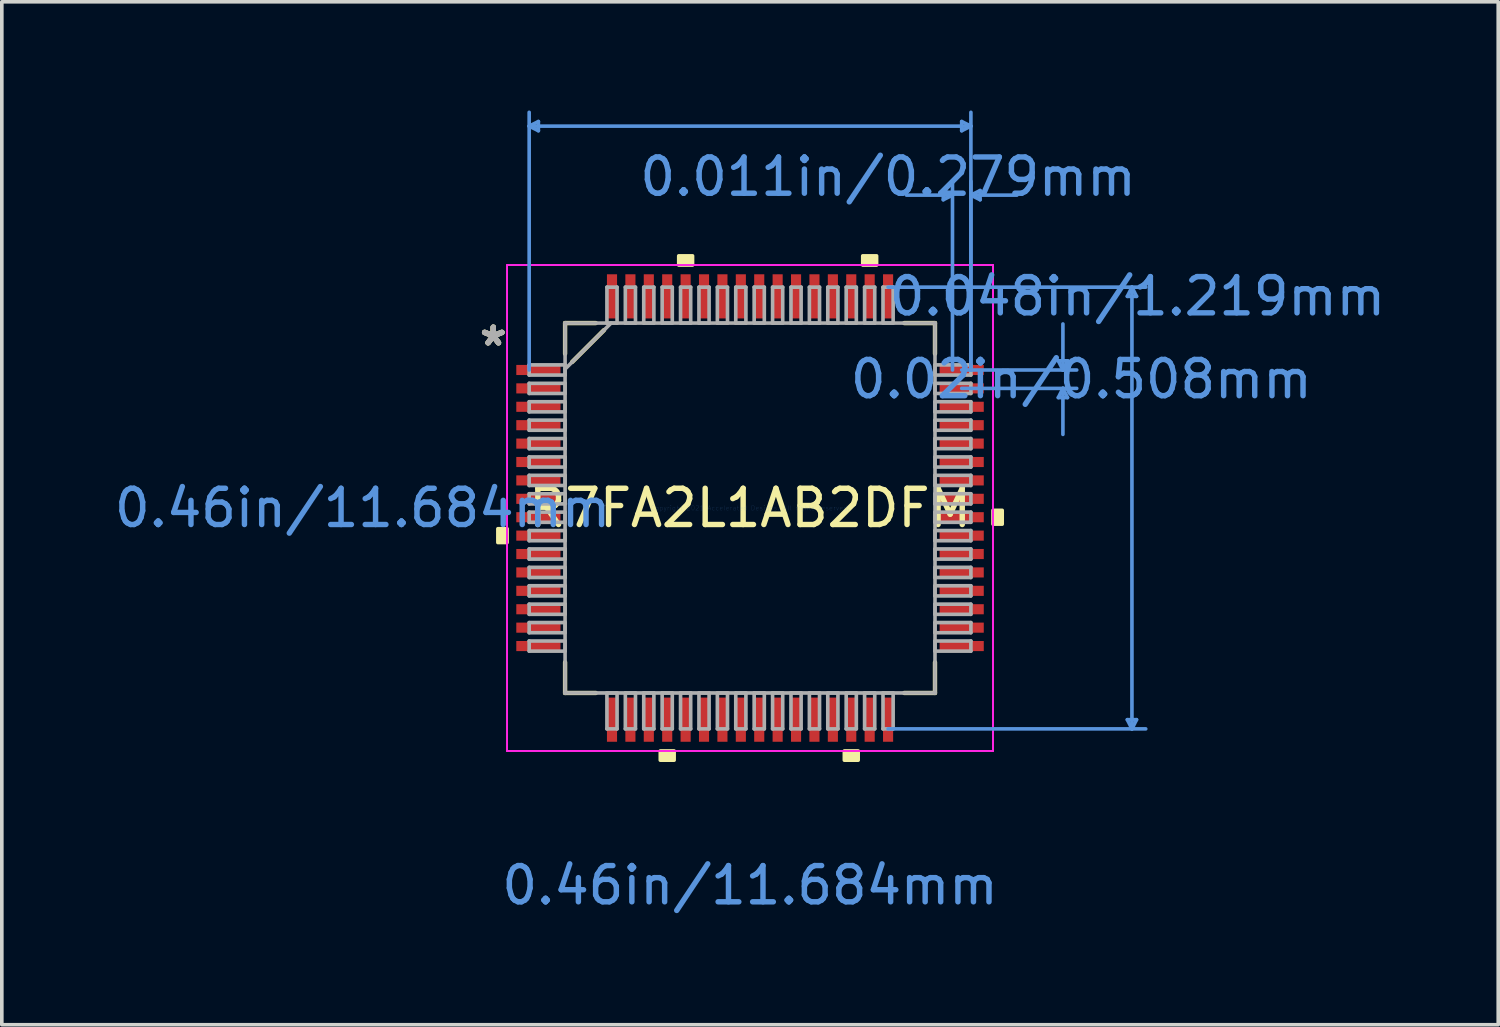
<source format=kicad_pcb>
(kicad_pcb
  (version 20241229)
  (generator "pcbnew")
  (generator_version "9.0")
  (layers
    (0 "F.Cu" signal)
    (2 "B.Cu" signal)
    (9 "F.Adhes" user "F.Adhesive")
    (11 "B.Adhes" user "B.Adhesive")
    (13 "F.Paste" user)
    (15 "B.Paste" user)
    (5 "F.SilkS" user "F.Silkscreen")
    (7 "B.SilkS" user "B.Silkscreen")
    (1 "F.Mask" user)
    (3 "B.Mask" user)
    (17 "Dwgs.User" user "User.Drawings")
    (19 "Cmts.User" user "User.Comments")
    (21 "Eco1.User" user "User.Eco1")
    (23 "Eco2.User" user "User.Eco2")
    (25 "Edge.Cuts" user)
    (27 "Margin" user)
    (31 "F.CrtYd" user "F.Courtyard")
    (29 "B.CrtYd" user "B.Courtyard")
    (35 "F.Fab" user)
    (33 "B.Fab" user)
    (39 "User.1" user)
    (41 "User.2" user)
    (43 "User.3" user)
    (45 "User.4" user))
  (footprint "R7FA2L1AB2DFM"
    (layer "F.Cu")
    (at 17.652 10.972)
    (property "Reference" "R7FA2L1AB2DFM" (at 0 0 0) (layer "F.SilkS") (effects (font (size 1 1) (thickness 0.15))))
    (attr through_hole)
    (fp_line (start -5.105 -5.105) (end -5.105 -4.257) (stroke (width 0.12) (type solid)) (layer "F.SilkS"))
    (fp_line (start -5.105 4.257) (end -5.105 5.105) (stroke (width 0.12) (type solid)) (layer "F.SilkS"))
    (fp_line (start -5.105 5.105) (end -4.257 5.105) (stroke (width 0.12) (type solid)) (layer "F.SilkS"))
    (fp_line (start -4.91 -4.031) (end -4.031 -4.91) (stroke (width 0.12) (type solid)) (layer "F.SilkS"))
    (fp_line (start -4.257 -5.105) (end -5.105 -5.105) (stroke (width 0.12) (type solid)) (layer "F.SilkS"))
    (fp_line (start 4.257 5.105) (end 5.105 5.105) (stroke (width 0.12) (type solid)) (layer "F.SilkS"))
    (fp_line (start 5.105 -5.105) (end 4.257 -5.105) (stroke (width 0.12) (type solid)) (layer "F.SilkS"))
    (fp_line (start 5.105 -4.257) (end 5.105 -5.105) (stroke (width 0.12) (type solid)) (layer "F.SilkS"))
    (fp_line (start 5.105 5.105) (end 5.105 4.257) (stroke (width 0.12) (type solid)) (layer "F.SilkS"))
    (fp_poly (pts (xy -6.96 0.572) (xy -6.96 0.953) (xy -6.706 0.953) (xy -6.706 0.572)) (stroke (width 0.1) (type solid)) (fill yes) (layer "F.SilkS"))
    (fp_poly (pts (xy -2.477 6.706) (xy -2.477 6.96) (xy -2.095 6.96) (xy -2.095 6.706)) (stroke (width 0.1) (type solid)) (fill yes) (layer "F.SilkS"))
    (fp_poly (pts (xy -1.968 -6.706) (xy -1.968 -6.96) (xy -1.587 -6.96) (xy -1.587 -6.706)) (stroke (width 0.1) (type solid)) (fill yes) (layer "F.SilkS"))
    (fp_poly (pts (xy 2.603 6.706) (xy 2.603 6.96) (xy 2.985 6.96) (xy 2.985 6.706)) (stroke (width 0.1) (type solid)) (fill yes) (layer "F.SilkS"))
    (fp_poly (pts (xy 3.111 -6.706) (xy 3.111 -6.96) (xy 3.493 -6.96) (xy 3.493 -6.706)) (stroke (width 0.1) (type solid)) (fill yes) (layer "F.SilkS"))
    (fp_poly (pts (xy 6.96 0.064) (xy 6.96 0.445) (xy 6.706 0.445) (xy 6.706 0.064)) (stroke (width 0.1) (type solid)) (fill yes) (layer "F.SilkS"))
    (fp_line (start -6.096 -10.541) (end -5.842 -10.668) (stroke (width 0.1) (type solid)) (layer "Cmts.User"))
    (fp_line (start -6.096 -10.541) (end -5.842 -10.414) (stroke (width 0.1) (type solid)) (layer "Cmts.User"))
    (fp_line (start -6.096 -10.541) (end 6.096 -10.541) (stroke (width 0.1) (type solid)) (layer "Cmts.User"))
    (fp_line (start -6.096 -3.81) (end -6.096 -10.922) (stroke (width 0.1) (type solid)) (layer "Cmts.User"))
    (fp_line (start -5.842 -10.668) (end -5.842 -10.414) (stroke (width 0.1) (type solid)) (layer "Cmts.User"))
    (fp_line (start 3.81 -6.096) (end 10.922 -6.096) (stroke (width 0.1) (type solid)) (layer "Cmts.User"))
    (fp_line (start 3.81 6.096) (end 10.922 6.096) (stroke (width 0.1) (type solid)) (layer "Cmts.User"))
    (fp_line (start 5.334 -8.763) (end 5.334 -8.509) (stroke (width 0.1) (type solid)) (layer "Cmts.User"))
    (fp_line (start 5.588 -8.636) (end 4.318 -8.636) (stroke (width 0.1) (type solid)) (layer "Cmts.User"))
    (fp_line (start 5.588 -8.636) (end 5.334 -8.763) (stroke (width 0.1) (type solid)) (layer "Cmts.User"))
    (fp_line (start 5.588 -8.636) (end 5.334 -8.509) (stroke (width 0.1) (type solid)) (layer "Cmts.User"))
    (fp_line (start 5.588 -3.81) (end 5.588 -9.017) (stroke (width 0.1) (type solid)) (layer "Cmts.User"))
    (fp_line (start 5.842 -10.668) (end 5.842 -10.414) (stroke (width 0.1) (type solid)) (layer "Cmts.User"))
    (fp_line (start 5.842 -3.81) (end 9.017 -3.81) (stroke (width 0.1) (type solid)) (layer "Cmts.User"))
    (fp_line (start 5.842 -3.302) (end 9.017 -3.302) (stroke (width 0.1) (type solid)) (layer "Cmts.User"))
    (fp_line (start 6.096 -10.541) (end 5.842 -10.668) (stroke (width 0.1) (type solid)) (layer "Cmts.User"))
    (fp_line (start 6.096 -10.541) (end 5.842 -10.414) (stroke (width 0.1) (type solid)) (layer "Cmts.User"))
    (fp_line (start 6.096 -8.636) (end 6.35 -8.763) (stroke (width 0.1) (type solid)) (layer "Cmts.User"))
    (fp_line (start 6.096 -8.636) (end 6.35 -8.509) (stroke (width 0.1) (type solid)) (layer "Cmts.User"))
    (fp_line (start 6.096 -8.636) (end 7.366 -8.636) (stroke (width 0.1) (type solid)) (layer "Cmts.User"))
    (fp_line (start 6.096 -3.81) (end 6.096 -10.922) (stroke (width 0.1) (type solid)) (layer "Cmts.User"))
    (fp_line (start 6.096 -3.81) (end 6.096 -9.017) (stroke (width 0.1) (type solid)) (layer "Cmts.User"))
    (fp_line (start 6.35 -8.763) (end 6.35 -8.509) (stroke (width 0.1) (type solid)) (layer "Cmts.User"))
    (fp_line (start 8.509 -4.064) (end 8.763 -4.064) (stroke (width 0.1) (type solid)) (layer "Cmts.User"))
    (fp_line (start 8.509 -3.048) (end 8.763 -3.048) (stroke (width 0.1) (type solid)) (layer "Cmts.User"))
    (fp_line (start 8.636 -3.81) (end 8.509 -4.064) (stroke (width 0.1) (type solid)) (layer "Cmts.User"))
    (fp_line (start 8.636 -3.81) (end 8.636 -5.08) (stroke (width 0.1) (type solid)) (layer "Cmts.User"))
    (fp_line (start 8.636 -3.81) (end 8.763 -4.064) (stroke (width 0.1) (type solid)) (layer "Cmts.User"))
    (fp_line (start 8.636 -3.302) (end 8.509 -3.048) (stroke (width 0.1) (type solid)) (layer "Cmts.User"))
    (fp_line (start 8.636 -3.302) (end 8.636 -2.032) (stroke (width 0.1) (type solid)) (layer "Cmts.User"))
    (fp_line (start 8.636 -3.302) (end 8.763 -3.048) (stroke (width 0.1) (type solid)) (layer "Cmts.User"))
    (fp_line (start 10.414 -5.842) (end 10.668 -5.842) (stroke (width 0.1) (type solid)) (layer "Cmts.User"))
    (fp_line (start 10.414 5.842) (end 10.668 5.842) (stroke (width 0.1) (type solid)) (layer "Cmts.User"))
    (fp_line (start 10.541 -6.096) (end 10.414 -5.842) (stroke (width 0.1) (type solid)) (layer "Cmts.User"))
    (fp_line (start 10.541 -6.096) (end 10.541 6.096) (stroke (width 0.1) (type solid)) (layer "Cmts.User"))
    (fp_line (start 10.541 -6.096) (end 10.668 -5.842) (stroke (width 0.1) (type solid)) (layer "Cmts.User"))
    (fp_line (start 10.541 6.096) (end 10.414 5.842) (stroke (width 0.1) (type solid)) (layer "Cmts.User"))
    (fp_line (start 10.541 6.096) (end 10.668 5.842) (stroke (width 0.1) (type solid)) (layer "Cmts.User"))
    (fp_line (start -6.706 -6.706) (end 6.706 -6.706) (stroke (width 0.05) (type solid)) (layer "F.CrtYd"))
    (fp_line (start -6.706 -6.706) (end 6.706 -6.706) (stroke (width 0.05) (type solid)) (layer "F.CrtYd"))
    (fp_line (start -6.706 6.706) (end -6.706 -6.706) (stroke (width 0.05) (type solid)) (layer "F.CrtYd"))
    (fp_line (start -6.706 6.706) (end -6.706 -6.706) (stroke (width 0.05) (type solid)) (layer "F.CrtYd"))
    (fp_line (start 6.706 -6.706) (end 6.706 6.706) (stroke (width 0.05) (type solid)) (layer "F.CrtYd"))
    (fp_line (start 6.706 -6.706) (end 6.706 6.706) (stroke (width 0.05) (type solid)) (layer "F.CrtYd"))
    (fp_line (start 6.706 6.706) (end -6.706 6.706) (stroke (width 0.05) (type solid)) (layer "F.CrtYd"))
    (fp_line (start 6.706 6.706) (end -6.706 6.706) (stroke (width 0.05) (type solid)) (layer "F.CrtYd"))
    (fp_line (start -6.096 -3.95) (end -6.096 -3.67) (stroke (width 0.1) (type solid)) (layer "F.Fab"))
    (fp_line (start -6.096 -3.67) (end -5.105 -3.67) (stroke (width 0.1) (type solid)) (layer "F.Fab"))
    (fp_line (start -6.096 -3.442) (end -6.096 -3.162) (stroke (width 0.1) (type solid)) (layer "F.Fab"))
    (fp_line (start -6.096 -3.162) (end -5.105 -3.162) (stroke (width 0.1) (type solid)) (layer "F.Fab"))
    (fp_line (start -6.096 -2.934) (end -6.096 -2.654) (stroke (width 0.1) (type solid)) (layer "F.Fab"))
    (fp_line (start -6.096 -2.654) (end -5.105 -2.654) (stroke (width 0.1) (type solid)) (layer "F.Fab"))
    (fp_line (start -6.096 -2.426) (end -6.096 -2.146) (stroke (width 0.1) (type solid)) (layer "F.Fab"))
    (fp_line (start -6.096 -2.146) (end -5.105 -2.146) (stroke (width 0.1) (type solid)) (layer "F.Fab"))
    (fp_line (start -6.096 -1.918) (end -6.096 -1.638) (stroke (width 0.1) (type solid)) (layer "F.Fab"))
    (fp_line (start -6.096 -1.638) (end -5.105 -1.638) (stroke (width 0.1) (type solid)) (layer "F.Fab"))
    (fp_line (start -6.096 -1.41) (end -6.096 -1.13) (stroke (width 0.1) (type solid)) (layer "F.Fab"))
    (fp_line (start -6.096 -1.13) (end -5.105 -1.13) (stroke (width 0.1) (type solid)) (layer "F.Fab"))
    (fp_line (start -6.096 -0.902) (end -6.096 -0.622) (stroke (width 0.1) (type solid)) (layer "F.Fab"))
    (fp_line (start -6.096 -0.622) (end -5.105 -0.622) (stroke (width 0.1) (type solid)) (layer "F.Fab"))
    (fp_line (start -6.096 -0.394) (end -6.096 -0.114) (stroke (width 0.1) (type solid)) (layer "F.Fab"))
    (fp_line (start -6.096 -0.114) (end -5.105 -0.114) (stroke (width 0.1) (type solid)) (layer "F.Fab"))
    (fp_line (start -6.096 0.114) (end -6.096 0.394) (stroke (width 0.1) (type solid)) (layer "F.Fab"))
    (fp_line (start -6.096 0.394) (end -5.105 0.394) (stroke (width 0.1) (type solid)) (layer "F.Fab"))
    (fp_line (start -6.096 0.622) (end -6.096 0.902) (stroke (width 0.1) (type solid)) (layer "F.Fab"))
    (fp_line (start -6.096 0.902) (end -5.105 0.902) (stroke (width 0.1) (type solid)) (layer "F.Fab"))
    (fp_line (start -6.096 1.13) (end -6.096 1.41) (stroke (width 0.1) (type solid)) (layer "F.Fab"))
    (fp_line (start -6.096 1.41) (end -5.105 1.41) (stroke (width 0.1) (type solid)) (layer "F.Fab"))
    (fp_line (start -6.096 1.638) (end -6.096 1.918) (stroke (width 0.1) (type solid)) (layer "F.Fab"))
    (fp_line (start -6.096 1.918) (end -5.105 1.918) (stroke (width 0.1) (type solid)) (layer "F.Fab"))
    (fp_line (start -6.096 2.146) (end -6.096 2.426) (stroke (width 0.1) (type solid)) (layer "F.Fab"))
    (fp_line (start -6.096 2.426) (end -5.105 2.426) (stroke (width 0.1) (type solid)) (layer "F.Fab"))
    (fp_line (start -6.096 2.654) (end -6.096 2.934) (stroke (width 0.1) (type solid)) (layer "F.Fab"))
    (fp_line (start -6.096 2.934) (end -5.105 2.934) (stroke (width 0.1) (type solid)) (layer "F.Fab"))
    (fp_line (start -6.096 3.162) (end -6.096 3.442) (stroke (width 0.1) (type solid)) (layer "F.Fab"))
    (fp_line (start -6.096 3.442) (end -5.105 3.442) (stroke (width 0.1) (type solid)) (layer "F.Fab"))
    (fp_line (start -6.096 3.67) (end -6.096 3.95) (stroke (width 0.1) (type solid)) (layer "F.Fab"))
    (fp_line (start -6.096 3.95) (end -5.105 3.95) (stroke (width 0.1) (type solid)) (layer "F.Fab"))
    (fp_line (start -5.105 -5.105) (end -5.105 -5.105) (stroke (width 0.1) (type solid)) (layer "F.Fab"))
    (fp_line (start -5.105 -5.105) (end -5.105 5.105) (stroke (width 0.1) (type solid)) (layer "F.Fab"))
    (fp_line (start -5.105 -3.95) (end -6.096 -3.95) (stroke (width 0.1) (type solid)) (layer "F.Fab"))
    (fp_line (start -5.105 -3.835) (end -3.835 -5.105) (stroke (width 0.1) (type solid)) (layer "F.Fab"))
    (fp_line (start -5.105 -3.67) (end -5.105 -3.95) (stroke (width 0.1) (type solid)) (layer "F.Fab"))
    (fp_line (start -5.105 -3.442) (end -6.096 -3.442) (stroke (width 0.1) (type solid)) (layer "F.Fab"))
    (fp_line (start -5.105 -3.162) (end -5.105 -3.442) (stroke (width 0.1) (type solid)) (layer "F.Fab"))
    (fp_line (start -5.105 -2.934) (end -6.096 -2.934) (stroke (width 0.1) (type solid)) (layer "F.Fab"))
    (fp_line (start -5.105 -2.654) (end -5.105 -2.934) (stroke (width 0.1) (type solid)) (layer "F.Fab"))
    (fp_line (start -5.105 -2.426) (end -6.096 -2.426) (stroke (width 0.1) (type solid)) (layer "F.Fab"))
    (fp_line (start -5.105 -2.146) (end -5.105 -2.426) (stroke (width 0.1) (type solid)) (layer "F.Fab"))
    (fp_line (start -5.105 -1.918) (end -6.096 -1.918) (stroke (width 0.1) (type solid)) (layer "F.Fab"))
    (fp_line (start -5.105 -1.638) (end -5.105 -1.918) (stroke (width 0.1) (type solid)) (layer "F.Fab"))
    (fp_line (start -5.105 -1.41) (end -6.096 -1.41) (stroke (width 0.1) (type solid)) (layer "F.Fab"))
    (fp_line (start -5.105 -1.13) (end -5.105 -1.41) (stroke (width 0.1) (type solid)) (layer "F.Fab"))
    (fp_line (start -5.105 -0.902) (end -6.096 -0.902) (stroke (width 0.1) (type solid)) (layer "F.Fab"))
    (fp_line (start -5.105 -0.622) (end -5.105 -0.902) (stroke (width 0.1) (type solid)) (layer "F.Fab"))
    (fp_line (start -5.105 -0.394) (end -6.096 -0.394) (stroke (width 0.1) (type solid)) (layer "F.Fab"))
    (fp_line (start -5.105 -0.114) (end -5.105 -0.394) (stroke (width 0.1) (type solid)) (layer "F.Fab"))
    (fp_line (start -5.105 0.114) (end -6.096 0.114) (stroke (width 0.1) (type solid)) (layer "F.Fab"))
    (fp_line (start -5.105 0.394) (end -5.105 0.114) (stroke (width 0.1) (type solid)) (layer "F.Fab"))
    (fp_line (start -5.105 0.622) (end -6.096 0.622) (stroke (width 0.1) (type solid)) (layer "F.Fab"))
    (fp_line (start -5.105 0.902) (end -5.105 0.622) (stroke (width 0.1) (type solid)) (layer "F.Fab"))
    (fp_line (start -5.105 1.13) (end -6.096 1.13) (stroke (width 0.1) (type solid)) (layer "F.Fab"))
    (fp_line (start -5.105 1.41) (end -5.105 1.13) (stroke (width 0.1) (type solid)) (layer "F.Fab"))
    (fp_line (start -5.105 1.638) (end -6.096 1.638) (stroke (width 0.1) (type solid)) (layer "F.Fab"))
    (fp_line (start -5.105 1.918) (end -5.105 1.638) (stroke (width 0.1) (type solid)) (layer "F.Fab"))
    (fp_line (start -5.105 2.146) (end -6.096 2.146) (stroke (width 0.1) (type solid)) (layer "F.Fab"))
    (fp_line (start -5.105 2.426) (end -5.105 2.146) (stroke (width 0.1) (type solid)) (layer "F.Fab"))
    (fp_line (start -5.105 2.654) (end -6.096 2.654) (stroke (width 0.1) (type solid)) (layer "F.Fab"))
    (fp_line (start -5.105 2.934) (end -5.105 2.654) (stroke (width 0.1) (type solid)) (layer "F.Fab"))
    (fp_line (start -5.105 3.162) (end -6.096 3.162) (stroke (width 0.1) (type solid)) (layer "F.Fab"))
    (fp_line (start -5.105 3.442) (end -5.105 3.162) (stroke (width 0.1) (type solid)) (layer "F.Fab"))
    (fp_line (start -5.105 3.67) (end -6.096 3.67) (stroke (width 0.1) (type solid)) (layer "F.Fab"))
    (fp_line (start -5.105 3.95) (end -5.105 3.67) (stroke (width 0.1) (type solid)) (layer "F.Fab"))
    (fp_line (start -5.105 5.105) (end -5.105 5.105) (stroke (width 0.1) (type solid)) (layer "F.Fab"))
    (fp_line (start -5.105 5.105) (end 5.105 5.105) (stroke (width 0.1) (type solid)) (layer "F.Fab"))
    (fp_line (start -3.95 -6.096) (end -3.95 -5.105) (stroke (width 0.1) (type solid)) (layer "F.Fab"))
    (fp_line (start -3.95 -5.105) (end -3.67 -5.105) (stroke (width 0.1) (type solid)) (layer "F.Fab"))
    (fp_line (start -3.95 5.105) (end -3.95 6.096) (stroke (width 0.1) (type solid)) (layer "F.Fab"))
    (fp_line (start -3.95 6.096) (end -3.67 6.096) (stroke (width 0.1) (type solid)) (layer "F.Fab"))
    (fp_line (start -3.67 -6.096) (end -3.95 -6.096) (stroke (width 0.1) (type solid)) (layer "F.Fab"))
    (fp_line (start -3.67 -5.105) (end -3.67 -6.096) (stroke (width 0.1) (type solid)) (layer "F.Fab"))
    (fp_line (start -3.67 5.105) (end -3.95 5.105) (stroke (width 0.1) (type solid)) (layer "F.Fab"))
    (fp_line (start -3.67 6.096) (end -3.67 5.105) (stroke (width 0.1) (type solid)) (layer "F.Fab"))
    (fp_line (start -3.442 -6.096) (end -3.442 -5.105) (stroke (width 0.1) (type solid)) (layer "F.Fab"))
    (fp_line (start -3.442 -5.105) (end -3.162 -5.105) (stroke (width 0.1) (type solid)) (layer "F.Fab"))
    (fp_line (start -3.442 5.105) (end -3.442 6.096) (stroke (width 0.1) (type solid)) (layer "F.Fab"))
    (fp_line (start -3.442 6.096) (end -3.162 6.096) (stroke (width 0.1) (type solid)) (layer "F.Fab"))
    (fp_line (start -3.162 -6.096) (end -3.442 -6.096) (stroke (width 0.1) (type solid)) (layer "F.Fab"))
    (fp_line (start -3.162 -5.105) (end -3.162 -6.096) (stroke (width 0.1) (type solid)) (layer "F.Fab"))
    (fp_line (start -3.162 5.105) (end -3.442 5.105) (stroke (width 0.1) (type solid)) (layer "F.Fab"))
    (fp_line (start -3.162 6.096) (end -3.162 5.105) (stroke (width 0.1) (type solid)) (layer "F.Fab"))
    (fp_line (start -2.934 -6.096) (end -2.934 -5.105) (stroke (width 0.1) (type solid)) (layer "F.Fab"))
    (fp_line (start -2.934 -5.105) (end -2.654 -5.105) (stroke (width 0.1) (type solid)) (layer "F.Fab"))
    (fp_line (start -2.934 5.105) (end -2.934 6.096) (stroke (width 0.1) (type solid)) (layer "F.Fab"))
    (fp_line (start -2.934 6.096) (end -2.654 6.096) (stroke (width 0.1) (type solid)) (layer "F.Fab"))
    (fp_line (start -2.654 -6.096) (end -2.934 -6.096) (stroke (width 0.1) (type solid)) (layer "F.Fab"))
    (fp_line (start -2.654 -5.105) (end -2.654 -6.096) (stroke (width 0.1) (type solid)) (layer "F.Fab"))
    (fp_line (start -2.654 5.105) (end -2.934 5.105) (stroke (width 0.1) (type solid)) (layer "F.Fab"))
    (fp_line (start -2.654 6.096) (end -2.654 5.105) (stroke (width 0.1) (type solid)) (layer "F.Fab"))
    (fp_line (start -2.426 -6.096) (end -2.426 -5.105) (stroke (width 0.1) (type solid)) (layer "F.Fab"))
    (fp_line (start -2.426 -5.105) (end -2.146 -5.105) (stroke (width 0.1) (type solid)) (layer "F.Fab"))
    (fp_line (start -2.426 5.105) (end -2.426 6.096) (stroke (width 0.1) (type solid)) (layer "F.Fab"))
    (fp_line (start -2.426 6.096) (end -2.146 6.096) (stroke (width 0.1) (type solid)) (layer "F.Fab"))
    (fp_line (start -2.146 -6.096) (end -2.426 -6.096) (stroke (width 0.1) (type solid)) (layer "F.Fab"))
    (fp_line (start -2.146 -5.105) (end -2.146 -6.096) (stroke (width 0.1) (type solid)) (layer "F.Fab"))
    (fp_line (start -2.146 5.105) (end -2.426 5.105) (stroke (width 0.1) (type solid)) (layer "F.Fab"))
    (fp_line (start -2.146 6.096) (end -2.146 5.105) (stroke (width 0.1) (type solid)) (layer "F.Fab"))
    (fp_line (start -1.918 -6.096) (end -1.918 -5.105) (stroke (width 0.1) (type solid)) (layer "F.Fab"))
    (fp_line (start -1.918 -5.105) (end -1.638 -5.105) (stroke (width 0.1) (type solid)) (layer "F.Fab"))
    (fp_line (start -1.918 5.105) (end -1.918 6.096) (stroke (width 0.1) (type solid)) (layer "F.Fab"))
    (fp_line (start -1.918 6.096) (end -1.638 6.096) (stroke (width 0.1) (type solid)) (layer "F.Fab"))
    (fp_line (start -1.638 -6.096) (end -1.918 -6.096) (stroke (width 0.1) (type solid)) (layer "F.Fab"))
    (fp_line (start -1.638 -5.105) (end -1.638 -6.096) (stroke (width 0.1) (type solid)) (layer "F.Fab"))
    (fp_line (start -1.638 5.105) (end -1.918 5.105) (stroke (width 0.1) (type solid)) (layer "F.Fab"))
    (fp_line (start -1.638 6.096) (end -1.638 5.105) (stroke (width 0.1) (type solid)) (layer "F.Fab"))
    (fp_line (start -1.41 -6.096) (end -1.41 -5.105) (stroke (width 0.1) (type solid)) (layer "F.Fab"))
    (fp_line (start -1.41 -5.105) (end -1.13 -5.105) (stroke (width 0.1) (type solid)) (layer "F.Fab"))
    (fp_line (start -1.41 5.105) (end -1.41 6.096) (stroke (width 0.1) (type solid)) (layer "F.Fab"))
    (fp_line (start -1.41 6.096) (end -1.13 6.096) (stroke (width 0.1) (type solid)) (layer "F.Fab"))
    (fp_line (start -1.13 -6.096) (end -1.41 -6.096) (stroke (width 0.1) (type solid)) (layer "F.Fab"))
    (fp_line (start -1.13 -5.105) (end -1.13 -6.096) (stroke (width 0.1) (type solid)) (layer "F.Fab"))
    (fp_line (start -1.13 5.105) (end -1.41 5.105) (stroke (width 0.1) (type solid)) (layer "F.Fab"))
    (fp_line (start -1.13 6.096) (end -1.13 5.105) (stroke (width 0.1) (type solid)) (layer "F.Fab"))
    (fp_line (start -0.902 -6.096) (end -0.902 -5.105) (stroke (width 0.1) (type solid)) (layer "F.Fab"))
    (fp_line (start -0.902 -5.105) (end -0.622 -5.105) (stroke (width 0.1) (type solid)) (layer "F.Fab"))
    (fp_line (start -0.902 5.105) (end -0.902 6.096) (stroke (width 0.1) (type solid)) (layer "F.Fab"))
    (fp_line (start -0.902 6.096) (end -0.622 6.096) (stroke (width 0.1) (type solid)) (layer "F.Fab"))
    (fp_line (start -0.622 -6.096) (end -0.902 -6.096) (stroke (width 0.1) (type solid)) (layer "F.Fab"))
    (fp_line (start -0.622 -5.105) (end -0.622 -6.096) (stroke (width 0.1) (type solid)) (layer "F.Fab"))
    (fp_line (start -0.622 5.105) (end -0.902 5.105) (stroke (width 0.1) (type solid)) (layer "F.Fab"))
    (fp_line (start -0.622 6.096) (end -0.622 5.105) (stroke (width 0.1) (type solid)) (layer "F.Fab"))
    (fp_line (start -0.394 -6.096) (end -0.394 -5.105) (stroke (width 0.1) (type solid)) (layer "F.Fab"))
    (fp_line (start -0.394 -5.105) (end -0.114 -5.105) (stroke (width 0.1) (type solid)) (layer "F.Fab"))
    (fp_line (start -0.394 5.105) (end -0.394 6.096) (stroke (width 0.1) (type solid)) (layer "F.Fab"))
    (fp_line (start -0.394 6.096) (end -0.114 6.096) (stroke (width 0.1) (type solid)) (layer "F.Fab"))
    (fp_line (start -0.114 -6.096) (end -0.394 -6.096) (stroke (width 0.1) (type solid)) (layer "F.Fab"))
    (fp_line (start -0.114 -5.105) (end -0.114 -6.096) (stroke (width 0.1) (type solid)) (layer "F.Fab"))
    (fp_line (start -0.114 5.105) (end -0.394 5.105) (stroke (width 0.1) (type solid)) (layer "F.Fab"))
    (fp_line (start -0.114 6.096) (end -0.114 5.105) (stroke (width 0.1) (type solid)) (layer "F.Fab"))
    (fp_line (start 0.114 -6.096) (end 0.114 -5.105) (stroke (width 0.1) (type solid)) (layer "F.Fab"))
    (fp_line (start 0.114 -5.105) (end 0.394 -5.105) (stroke (width 0.1) (type solid)) (layer "F.Fab"))
    (fp_line (start 0.114 5.105) (end 0.114 6.096) (stroke (width 0.1) (type solid)) (layer "F.Fab"))
    (fp_line (start 0.114 6.096) (end 0.394 6.096) (stroke (width 0.1) (type solid)) (layer "F.Fab"))
    (fp_line (start 0.394 -6.096) (end 0.114 -6.096) (stroke (width 0.1) (type solid)) (layer "F.Fab"))
    (fp_line (start 0.394 -5.105) (end 0.394 -6.096) (stroke (width 0.1) (type solid)) (layer "F.Fab"))
    (fp_line (start 0.394 5.105) (end 0.114 5.105) (stroke (width 0.1) (type solid)) (layer "F.Fab"))
    (fp_line (start 0.394 6.096) (end 0.394 5.105) (stroke (width 0.1) (type solid)) (layer "F.Fab"))
    (fp_line (start 0.622 -6.096) (end 0.622 -5.105) (stroke (width 0.1) (type solid)) (layer "F.Fab"))
    (fp_line (start 0.622 -5.105) (end 0.902 -5.105) (stroke (width 0.1) (type solid)) (layer "F.Fab"))
    (fp_line (start 0.622 5.105) (end 0.622 6.096) (stroke (width 0.1) (type solid)) (layer "F.Fab"))
    (fp_line (start 0.622 6.096) (end 0.902 6.096) (stroke (width 0.1) (type solid)) (layer "F.Fab"))
    (fp_line (start 0.902 -6.096) (end 0.622 -6.096) (stroke (width 0.1) (type solid)) (layer "F.Fab"))
    (fp_line (start 0.902 -5.105) (end 0.902 -6.096) (stroke (width 0.1) (type solid)) (layer "F.Fab"))
    (fp_line (start 0.902 5.105) (end 0.622 5.105) (stroke (width 0.1) (type solid)) (layer "F.Fab"))
    (fp_line (start 0.902 6.096) (end 0.902 5.105) (stroke (width 0.1) (type solid)) (layer "F.Fab"))
    (fp_line (start 1.13 -6.096) (end 1.13 -5.105) (stroke (width 0.1) (type solid)) (layer "F.Fab"))
    (fp_line (start 1.13 -5.105) (end 1.41 -5.105) (stroke (width 0.1) (type solid)) (layer "F.Fab"))
    (fp_line (start 1.13 5.105) (end 1.13 6.096) (stroke (width 0.1) (type solid)) (layer "F.Fab"))
    (fp_line (start 1.13 6.096) (end 1.41 6.096) (stroke (width 0.1) (type solid)) (layer "F.Fab"))
    (fp_line (start 1.41 -6.096) (end 1.13 -6.096) (stroke (width 0.1) (type solid)) (layer "F.Fab"))
    (fp_line (start 1.41 -5.105) (end 1.41 -6.096) (stroke (width 0.1) (type solid)) (layer "F.Fab"))
    (fp_line (start 1.41 5.105) (end 1.13 5.105) (stroke (width 0.1) (type solid)) (layer "F.Fab"))
    (fp_line (start 1.41 6.096) (end 1.41 5.105) (stroke (width 0.1) (type solid)) (layer "F.Fab"))
    (fp_line (start 1.638 -6.096) (end 1.638 -5.105) (stroke (width 0.1) (type solid)) (layer "F.Fab"))
    (fp_line (start 1.638 -5.105) (end 1.918 -5.105) (stroke (width 0.1) (type solid)) (layer "F.Fab"))
    (fp_line (start 1.638 5.105) (end 1.638 6.096) (stroke (width 0.1) (type solid)) (layer "F.Fab"))
    (fp_line (start 1.638 6.096) (end 1.918 6.096) (stroke (width 0.1) (type solid)) (layer "F.Fab"))
    (fp_line (start 1.918 -6.096) (end 1.638 -6.096) (stroke (width 0.1) (type solid)) (layer "F.Fab"))
    (fp_line (start 1.918 -5.105) (end 1.918 -6.096) (stroke (width 0.1) (type solid)) (layer "F.Fab"))
    (fp_line (start 1.918 5.105) (end 1.638 5.105) (stroke (width 0.1) (type solid)) (layer "F.Fab"))
    (fp_line (start 1.918 6.096) (end 1.918 5.105) (stroke (width 0.1) (type solid)) (layer "F.Fab"))
    (fp_line (start 2.146 -6.096) (end 2.146 -5.105) (stroke (width 0.1) (type solid)) (layer "F.Fab"))
    (fp_line (start 2.146 -5.105) (end 2.426 -5.105) (stroke (width 0.1) (type solid)) (layer "F.Fab"))
    (fp_line (start 2.146 5.105) (end 2.146 6.096) (stroke (width 0.1) (type solid)) (layer "F.Fab"))
    (fp_line (start 2.146 6.096) (end 2.426 6.096) (stroke (width 0.1) (type solid)) (layer "F.Fab"))
    (fp_line (start 2.426 -6.096) (end 2.146 -6.096) (stroke (width 0.1) (type solid)) (layer "F.Fab"))
    (fp_line (start 2.426 -5.105) (end 2.426 -6.096) (stroke (width 0.1) (type solid)) (layer "F.Fab"))
    (fp_line (start 2.426 5.105) (end 2.146 5.105) (stroke (width 0.1) (type solid)) (layer "F.Fab"))
    (fp_line (start 2.426 6.096) (end 2.426 5.105) (stroke (width 0.1) (type solid)) (layer "F.Fab"))
    (fp_line (start 2.654 -6.096) (end 2.654 -5.105) (stroke (width 0.1) (type solid)) (layer "F.Fab"))
    (fp_line (start 2.654 -5.105) (end 2.934 -5.105) (stroke (width 0.1) (type solid)) (layer "F.Fab"))
    (fp_line (start 2.654 5.105) (end 2.654 6.096) (stroke (width 0.1) (type solid)) (layer "F.Fab"))
    (fp_line (start 2.654 6.096) (end 2.934 6.096) (stroke (width 0.1) (type solid)) (layer "F.Fab"))
    (fp_line (start 2.934 -6.096) (end 2.654 -6.096) (stroke (width 0.1) (type solid)) (layer "F.Fab"))
    (fp_line (start 2.934 -5.105) (end 2.934 -6.096) (stroke (width 0.1) (type solid)) (layer "F.Fab"))
    (fp_line (start 2.934 5.105) (end 2.654 5.105) (stroke (width 0.1) (type solid)) (layer "F.Fab"))
    (fp_line (start 2.934 6.096) (end 2.934 5.105) (stroke (width 0.1) (type solid)) (layer "F.Fab"))
    (fp_line (start 3.162 -6.096) (end 3.162 -5.105) (stroke (width 0.1) (type solid)) (layer "F.Fab"))
    (fp_line (start 3.162 -5.105) (end 3.442 -5.105) (stroke (width 0.1) (type solid)) (layer "F.Fab"))
    (fp_line (start 3.162 5.105) (end 3.162 6.096) (stroke (width 0.1) (type solid)) (layer "F.Fab"))
    (fp_line (start 3.162 6.096) (end 3.442 6.096) (stroke (width 0.1) (type solid)) (layer "F.Fab"))
    (fp_line (start 3.442 -6.096) (end 3.162 -6.096) (stroke (width 0.1) (type solid)) (layer "F.Fab"))
    (fp_line (start 3.442 -5.105) (end 3.442 -6.096) (stroke (width 0.1) (type solid)) (layer "F.Fab"))
    (fp_line (start 3.442 5.105) (end 3.162 5.105) (stroke (width 0.1) (type solid)) (layer "F.Fab"))
    (fp_line (start 3.442 6.096) (end 3.442 5.105) (stroke (width 0.1) (type solid)) (layer "F.Fab"))
    (fp_line (start 3.67 -6.096) (end 3.67 -5.105) (stroke (width 0.1) (type solid)) (layer "F.Fab"))
    (fp_line (start 3.67 -5.105) (end 3.95 -5.105) (stroke (width 0.1) (type solid)) (layer "F.Fab"))
    (fp_line (start 3.67 5.105) (end 3.67 6.096) (stroke (width 0.1) (type solid)) (layer "F.Fab"))
    (fp_line (start 3.67 6.096) (end 3.95 6.096) (stroke (width 0.1) (type solid)) (layer "F.Fab"))
    (fp_line (start 3.95 -6.096) (end 3.67 -6.096) (stroke (width 0.1) (type solid)) (layer "F.Fab"))
    (fp_line (start 3.95 -5.105) (end 3.95 -6.096) (stroke (width 0.1) (type solid)) (layer "F.Fab"))
    (fp_line (start 3.95 5.105) (end 3.67 5.105) (stroke (width 0.1) (type solid)) (layer "F.Fab"))
    (fp_line (start 3.95 6.096) (end 3.95 5.105) (stroke (width 0.1) (type solid)) (layer "F.Fab"))
    (fp_line (start 5.105 -5.105) (end -5.105 -5.105) (stroke (width 0.1) (type solid)) (layer "F.Fab"))
    (fp_line (start 5.105 -5.105) (end 5.105 -5.105) (stroke (width 0.1) (type solid)) (layer "F.Fab"))
    (fp_line (start 5.105 -3.95) (end 5.105 -3.67) (stroke (width 0.1) (type solid)) (layer "F.Fab"))
    (fp_line (start 5.105 -3.67) (end 6.096 -3.67) (stroke (width 0.1) (type solid)) (layer "F.Fab"))
    (fp_line (start 5.105 -3.442) (end 5.105 -3.162) (stroke (width 0.1) (type solid)) (layer "F.Fab"))
    (fp_line (start 5.105 -3.162) (end 6.096 -3.162) (stroke (width 0.1) (type solid)) (layer "F.Fab"))
    (fp_line (start 5.105 -2.934) (end 5.105 -2.654) (stroke (width 0.1) (type solid)) (layer "F.Fab"))
    (fp_line (start 5.105 -2.654) (end 6.096 -2.654) (stroke (width 0.1) (type solid)) (layer "F.Fab"))
    (fp_line (start 5.105 -2.426) (end 5.105 -2.146) (stroke (width 0.1) (type solid)) (layer "F.Fab"))
    (fp_line (start 5.105 -2.146) (end 6.096 -2.146) (stroke (width 0.1) (type solid)) (layer "F.Fab"))
    (fp_line (start 5.105 -1.918) (end 5.105 -1.638) (stroke (width 0.1) (type solid)) (layer "F.Fab"))
    (fp_line (start 5.105 -1.638) (end 6.096 -1.638) (stroke (width 0.1) (type solid)) (layer "F.Fab"))
    (fp_line (start 5.105 -1.41) (end 5.105 -1.13) (stroke (width 0.1) (type solid)) (layer "F.Fab"))
    (fp_line (start 5.105 -1.13) (end 6.096 -1.13) (stroke (width 0.1) (type solid)) (layer "F.Fab"))
    (fp_line (start 5.105 -0.902) (end 5.105 -0.622) (stroke (width 0.1) (type solid)) (layer "F.Fab"))
    (fp_line (start 5.105 -0.622) (end 6.096 -0.622) (stroke (width 0.1) (type solid)) (layer "F.Fab"))
    (fp_line (start 5.105 -0.394) (end 5.105 -0.114) (stroke (width 0.1) (type solid)) (layer "F.Fab"))
    (fp_line (start 5.105 -0.114) (end 6.096 -0.114) (stroke (width 0.1) (type solid)) (layer "F.Fab"))
    (fp_line (start 5.105 0.114) (end 5.105 0.394) (stroke (width 0.1) (type solid)) (layer "F.Fab"))
    (fp_line (start 5.105 0.394) (end 6.096 0.394) (stroke (width 0.1) (type solid)) (layer "F.Fab"))
    (fp_line (start 5.105 0.622) (end 5.105 0.902) (stroke (width 0.1) (type solid)) (layer "F.Fab"))
    (fp_line (start 5.105 0.902) (end 6.096 0.902) (stroke (width 0.1) (type solid)) (layer "F.Fab"))
    (fp_line (start 5.105 1.13) (end 5.105 1.41) (stroke (width 0.1) (type solid)) (layer "F.Fab"))
    (fp_line (start 5.105 1.41) (end 6.096 1.41) (stroke (width 0.1) (type solid)) (layer "F.Fab"))
    (fp_line (start 5.105 1.638) (end 5.105 1.918) (stroke (width 0.1) (type solid)) (layer "F.Fab"))
    (fp_line (start 5.105 1.918) (end 6.096 1.918) (stroke (width 0.1) (type solid)) (layer "F.Fab"))
    (fp_line (start 5.105 2.146) (end 5.105 2.426) (stroke (width 0.1) (type solid)) (layer "F.Fab"))
    (fp_line (start 5.105 2.426) (end 6.096 2.426) (stroke (width 0.1) (type solid)) (layer "F.Fab"))
    (fp_line (start 5.105 2.654) (end 5.105 2.934) (stroke (width 0.1) (type solid)) (layer "F.Fab"))
    (fp_line (start 5.105 2.934) (end 6.096 2.934) (stroke (width 0.1) (type solid)) (layer "F.Fab"))
    (fp_line (start 5.105 3.162) (end 5.105 3.442) (stroke (width 0.1) (type solid)) (layer "F.Fab"))
    (fp_line (start 5.105 3.442) (end 6.096 3.442) (stroke (width 0.1) (type solid)) (layer "F.Fab"))
    (fp_line (start 5.105 3.67) (end 5.105 3.95) (stroke (width 0.1) (type solid)) (layer "F.Fab"))
    (fp_line (start 5.105 3.95) (end 6.096 3.95) (stroke (width 0.1) (type solid)) (layer "F.Fab"))
    (fp_line (start 5.105 5.105) (end 5.105 -5.105) (stroke (width 0.1) (type solid)) (layer "F.Fab"))
    (fp_line (start 5.105 5.105) (end 5.105 5.105) (stroke (width 0.1) (type solid)) (layer "F.Fab"))
    (fp_line (start 6.096 -3.95) (end 5.105 -3.95) (stroke (width 0.1) (type solid)) (layer "F.Fab"))
    (fp_line (start 6.096 -3.67) (end 6.096 -3.95) (stroke (width 0.1) (type solid)) (layer "F.Fab"))
    (fp_line (start 6.096 -3.442) (end 5.105 -3.442) (stroke (width 0.1) (type solid)) (layer "F.Fab"))
    (fp_line (start 6.096 -3.162) (end 6.096 -3.442) (stroke (width 0.1) (type solid)) (layer "F.Fab"))
    (fp_line (start 6.096 -2.934) (end 5.105 -2.934) (stroke (width 0.1) (type solid)) (layer "F.Fab"))
    (fp_line (start 6.096 -2.654) (end 6.096 -2.934) (stroke (width 0.1) (type solid)) (layer "F.Fab"))
    (fp_line (start 6.096 -2.426) (end 5.105 -2.426) (stroke (width 0.1) (type solid)) (layer "F.Fab"))
    (fp_line (start 6.096 -2.146) (end 6.096 -2.426) (stroke (width 0.1) (type solid)) (layer "F.Fab"))
    (fp_line (start 6.096 -1.918) (end 5.105 -1.918) (stroke (width 0.1) (type solid)) (layer "F.Fab"))
    (fp_line (start 6.096 -1.638) (end 6.096 -1.918) (stroke (width 0.1) (type solid)) (layer "F.Fab"))
    (fp_line (start 6.096 -1.41) (end 5.105 -1.41) (stroke (width 0.1) (type solid)) (layer "F.Fab"))
    (fp_line (start 6.096 -1.13) (end 6.096 -1.41) (stroke (width 0.1) (type solid)) (layer "F.Fab"))
    (fp_line (start 6.096 -0.902) (end 5.105 -0.902) (stroke (width 0.1) (type solid)) (layer "F.Fab"))
    (fp_line (start 6.096 -0.622) (end 6.096 -0.902) (stroke (width 0.1) (type solid)) (layer "F.Fab"))
    (fp_line (start 6.096 -0.394) (end 5.105 -0.394) (stroke (width 0.1) (type solid)) (layer "F.Fab"))
    (fp_line (start 6.096 -0.114) (end 6.096 -0.394) (stroke (width 0.1) (type solid)) (layer "F.Fab"))
    (fp_line (start 6.096 0.114) (end 5.105 0.114) (stroke (width 0.1) (type solid)) (layer "F.Fab"))
    (fp_line (start 6.096 0.394) (end 6.096 0.114) (stroke (width 0.1) (type solid)) (layer "F.Fab"))
    (fp_line (start 6.096 0.622) (end 5.105 0.622) (stroke (width 0.1) (type solid)) (layer "F.Fab"))
    (fp_line (start 6.096 0.902) (end 6.096 0.622) (stroke (width 0.1) (type solid)) (layer "F.Fab"))
    (fp_line (start 6.096 1.13) (end 5.105 1.13) (stroke (width 0.1) (type solid)) (layer "F.Fab"))
    (fp_line (start 6.096 1.41) (end 6.096 1.13) (stroke (width 0.1) (type solid)) (layer "F.Fab"))
    (fp_line (start 6.096 1.638) (end 5.105 1.638) (stroke (width 0.1) (type solid)) (layer "F.Fab"))
    (fp_line (start 6.096 1.918) (end 6.096 1.638) (stroke (width 0.1) (type solid)) (layer "F.Fab"))
    (fp_line (start 6.096 2.146) (end 5.105 2.146) (stroke (width 0.1) (type solid)) (layer "F.Fab"))
    (fp_line (start 6.096 2.426) (end 6.096 2.146) (stroke (width 0.1) (type solid)) (layer "F.Fab"))
    (fp_line (start 6.096 2.654) (end 5.105 2.654) (stroke (width 0.1) (type solid)) (layer "F.Fab"))
    (fp_line (start 6.096 2.934) (end 6.096 2.654) (stroke (width 0.1) (type solid)) (layer "F.Fab"))
    (fp_line (start 6.096 3.162) (end 5.105 3.162) (stroke (width 0.1) (type solid)) (layer "F.Fab"))
    (fp_line (start 6.096 3.442) (end 6.096 3.162) (stroke (width 0.1) (type solid)) (layer "F.Fab"))
    (fp_line (start 6.096 3.67) (end 5.105 3.67) (stroke (width 0.1) (type solid)) (layer "F.Fab"))
    (fp_line (start 6.096 3.95) (end 6.096 3.67) (stroke (width 0.1) (type solid)) (layer "F.Fab"))
    (fp_text user "*" (at -7.087 -4.445 0) (layer "F.SilkS") (effects (font (size 1 1) (thickness 0.15))))
    (fp_text user "*" (at -7.087 -4.445 0) (layer "F.SilkS") (effects (font (size 1 1) (thickness 0.15))))
    (fp_text user "0.011in/0.279mm" (at 3.81 -9.144 0) (layer "Cmts.User") (effects (font (size 1 1) (thickness 0.15))))
    (fp_text user "0.048in/1.219mm" (at 10.693 -5.842 0) (layer "Cmts.User") (effects (font (size 1 1) (thickness 0.15))))
    (fp_text user "Copyright 2021 Accelerated Designs. All rights reserved." (at 0 0 0) (layer "Cmts.User") (effects (font (size 0.127 0.127) (thickness 0.002))))
    (fp_text user "0.46in/11.684mm" (at -10.693 0 0) (layer "Cmts.User") (effects (font (size 1 1) (thickness 0.15))))
    (fp_text user "0.46in/11.684mm" (at 0 10.414 0) (layer "Cmts.User") (effects (font (size 1 1) (thickness 0.15))))
    (fp_text user "0.02in/0.508mm" (at 9.144 -3.556 0) (layer "Cmts.User") (effects (font (size 1 1) (thickness 0.15))))
    (fp_text user "*" (at -7.087 -4.445 0) (layer "F.Fab") (effects (font (size 1 1) (thickness 0.15))))
    (fp_text user "*" (at -7.087 -4.445 0) (layer "F.Fab") (effects (font (size 1 1) (thickness 0.15))))
    (pad "1" smd rect (at -5.842 -3.81 90) (size 0.279 1.219) (layers "F.Cu" "F.Mask" "F.Paste"))
    (pad "2" smd rect (at -5.842 -3.302 90) (size 0.279 1.219) (layers "F.Cu" "F.Mask" "F.Paste"))
    (pad "3" smd rect (at -5.842 -2.794 90) (size 0.279 1.219) (layers "F.Cu" "F.Mask" "F.Paste"))
    (pad "4" smd rect (at -5.842 -2.286 90) (size 0.279 1.219) (layers "F.Cu" "F.Mask" "F.Paste"))
    (pad "5" smd rect (at -5.842 -1.778 90) (size 0.279 1.219) (layers "F.Cu" "F.Mask" "F.Paste"))
    (pad "6" smd rect (at -5.842 -1.27 90) (size 0.279 1.219) (layers "F.Cu" "F.Mask" "F.Paste"))
    (pad "7" smd rect (at -5.842 -0.762 90) (size 0.279 1.219) (layers "F.Cu" "F.Mask" "F.Paste"))
    (pad "8" smd rect (at -5.842 -0.254 90) (size 0.279 1.219) (layers "F.Cu" "F.Mask" "F.Paste"))
    (pad "9" smd rect (at -5.842 0.254 90) (size 0.279 1.219) (layers "F.Cu" "F.Mask" "F.Paste"))
    (pad "10" smd rect (at -5.842 0.762 90) (size 0.279 1.219) (layers "F.Cu" "F.Mask" "F.Paste"))
    (pad "11" smd rect (at -5.842 1.27 90) (size 0.279 1.219) (layers "F.Cu" "F.Mask" "F.Paste"))
    (pad "12" smd rect (at -5.842 1.778 90) (size 0.279 1.219) (layers "F.Cu" "F.Mask" "F.Paste"))
    (pad "13" smd rect (at -5.842 2.286 90) (size 0.279 1.219) (layers "F.Cu" "F.Mask" "F.Paste"))
    (pad "14" smd rect (at -5.842 2.794 90) (size 0.279 1.219) (layers "F.Cu" "F.Mask" "F.Paste"))
    (pad "15" smd rect (at -5.842 3.302 90) (size 0.279 1.219) (layers "F.Cu" "F.Mask" "F.Paste"))
    (pad "16" smd rect (at -5.842 3.81 90) (size 0.279 1.219) (layers "F.Cu" "F.Mask" "F.Paste"))
    (pad "17" smd rect (at -3.81 5.842) (size 0.279 1.219) (layers "F.Cu" "F.Mask" "F.Paste"))
    (pad "18" smd rect (at -3.302 5.842) (size 0.279 1.219) (layers "F.Cu" "F.Mask" "F.Paste"))
    (pad "19" smd rect (at -2.794 5.842) (size 0.279 1.219) (layers "F.Cu" "F.Mask" "F.Paste"))
    (pad "20" smd rect (at -2.286 5.842) (size 0.279 1.219) (layers "F.Cu" "F.Mask" "F.Paste"))
    (pad "21" smd rect (at -1.778 5.842) (size 0.279 1.219) (layers "F.Cu" "F.Mask" "F.Paste"))
    (pad "22" smd rect (at -1.27 5.842) (size 0.279 1.219) (layers "F.Cu" "F.Mask" "F.Paste"))
    (pad "23" smd rect (at -0.762 5.842) (size 0.279 1.219) (layers "F.Cu" "F.Mask" "F.Paste"))
    (pad "24" smd rect (at -0.254 5.842) (size 0.279 1.219) (layers "F.Cu" "F.Mask" "F.Paste"))
    (pad "25" smd rect (at 0.254 5.842) (size 0.279 1.219) (layers "F.Cu" "F.Mask" "F.Paste"))
    (pad "26" smd rect (at 0.762 5.842) (size 0.279 1.219) (layers "F.Cu" "F.Mask" "F.Paste"))
    (pad "27" smd rect (at 1.27 5.842) (size 0.279 1.219) (layers "F.Cu" "F.Mask" "F.Paste"))
    (pad "28" smd rect (at 1.778 5.842) (size 0.279 1.219) (layers "F.Cu" "F.Mask" "F.Paste"))
    (pad "29" smd rect (at 2.286 5.842) (size 0.279 1.219) (layers "F.Cu" "F.Mask" "F.Paste"))
    (pad "30" smd rect (at 2.794 5.842) (size 0.279 1.219) (layers "F.Cu" "F.Mask" "F.Paste"))
    (pad "31" smd rect (at 3.302 5.842) (size 0.279 1.219) (layers "F.Cu" "F.Mask" "F.Paste"))
    (pad "32" smd rect (at 3.81 5.842) (size 0.279 1.219) (layers "F.Cu" "F.Mask" "F.Paste"))
    (pad "33" smd rect (at 5.842 3.81 90) (size 0.279 1.219) (layers "F.Cu" "F.Mask" "F.Paste"))
    (pad "34" smd rect (at 5.842 3.302 90) (size 0.279 1.219) (layers "F.Cu" "F.Mask" "F.Paste"))
    (pad "35" smd rect (at 5.842 2.794 90) (size 0.279 1.219) (layers "F.Cu" "F.Mask" "F.Paste"))
    (pad "36" smd rect (at 5.842 2.286 90) (size 0.279 1.219) (layers "F.Cu" "F.Mask" "F.Paste"))
    (pad "37" smd rect (at 5.842 1.778 90) (size 0.279 1.219) (layers "F.Cu" "F.Mask" "F.Paste"))
    (pad "38" smd rect (at 5.842 1.27 90) (size 0.279 1.219) (layers "F.Cu" "F.Mask" "F.Paste"))
    (pad "39" smd rect (at 5.842 0.762 90) (size 0.279 1.219) (layers "F.Cu" "F.Mask" "F.Paste"))
    (pad "40" smd rect (at 5.842 0.254 90) (size 0.279 1.219) (layers "F.Cu" "F.Mask" "F.Paste"))
    (pad "41" smd rect (at 5.842 -0.254 90) (size 0.279 1.219) (layers "F.Cu" "F.Mask" "F.Paste"))
    (pad "42" smd rect (at 5.842 -0.762 90) (size 0.279 1.219) (layers "F.Cu" "F.Mask" "F.Paste"))
    (pad "43" smd rect (at 5.842 -1.27 90) (size 0.279 1.219) (layers "F.Cu" "F.Mask" "F.Paste"))
    (pad "44" smd rect (at 5.842 -1.778 90) (size 0.279 1.219) (layers "F.Cu" "F.Mask" "F.Paste"))
    (pad "45" smd rect (at 5.842 -2.286 90) (size 0.279 1.219) (layers "F.Cu" "F.Mask" "F.Paste"))
    (pad "46" smd rect (at 5.842 -2.794 90) (size 0.279 1.219) (layers "F.Cu" "F.Mask" "F.Paste"))
    (pad "47" smd rect (at 5.842 -3.302 90) (size 0.279 1.219) (layers "F.Cu" "F.Mask" "F.Paste"))
    (pad "48" smd rect (at 5.842 -3.81 90) (size 0.279 1.219) (layers "F.Cu" "F.Mask" "F.Paste"))
    (pad "49" smd rect (at 3.81 -5.842) (size 0.279 1.219) (layers "F.Cu" "F.Mask" "F.Paste"))
    (pad "50" smd rect (at 3.302 -5.842) (size 0.279 1.219) (layers "F.Cu" "F.Mask" "F.Paste"))
    (pad "51" smd rect (at 2.794 -5.842) (size 0.279 1.219) (layers "F.Cu" "F.Mask" "F.Paste"))
    (pad "52" smd rect (at 2.286 -5.842) (size 0.279 1.219) (layers "F.Cu" "F.Mask" "F.Paste"))
    (pad "53" smd rect (at 1.778 -5.842) (size 0.279 1.219) (layers "F.Cu" "F.Mask" "F.Paste"))
    (pad "54" smd rect (at 1.27 -5.842) (size 0.279 1.219) (layers "F.Cu" "F.Mask" "F.Paste"))
    (pad "55" smd rect (at 0.762 -5.842) (size 0.279 1.219) (layers "F.Cu" "F.Mask" "F.Paste"))
    (pad "56" smd rect (at 0.254 -5.842) (size 0.279 1.219) (layers "F.Cu" "F.Mask" "F.Paste"))
    (pad "57" smd rect (at -0.254 -5.842) (size 0.279 1.219) (layers "F.Cu" "F.Mask" "F.Paste"))
    (pad "58" smd rect (at -0.762 -5.842) (size 0.279 1.219) (layers "F.Cu" "F.Mask" "F.Paste"))
    (pad "59" smd rect (at -1.27 -5.842) (size 0.279 1.219) (layers "F.Cu" "F.Mask" "F.Paste"))
    (pad "60" smd rect (at -1.778 -5.842) (size 0.279 1.219) (layers "F.Cu" "F.Mask" "F.Paste"))
    (pad "61" smd rect (at -2.286 -5.842) (size 0.279 1.219) (layers "F.Cu" "F.Mask" "F.Paste"))
    (pad "62" smd rect (at -2.794 -5.842) (size 0.279 1.219) (layers "F.Cu" "F.Mask" "F.Paste"))
    (pad "63" smd rect (at -3.302 -5.842) (size 0.279 1.219) (layers "F.Cu" "F.Mask" "F.Paste"))
    (pad "64" smd rect (at -3.81 -5.842) (size 0.279 1.219) (layers "F.Cu" "F.Mask" "F.Paste")))
  (gr_rect
    (start -3 -3)
    (end 38.303 25.234)
    (stroke (width 0.1) (type default))
    (fill no)
    (layer "Edge.Cuts")))
</source>
